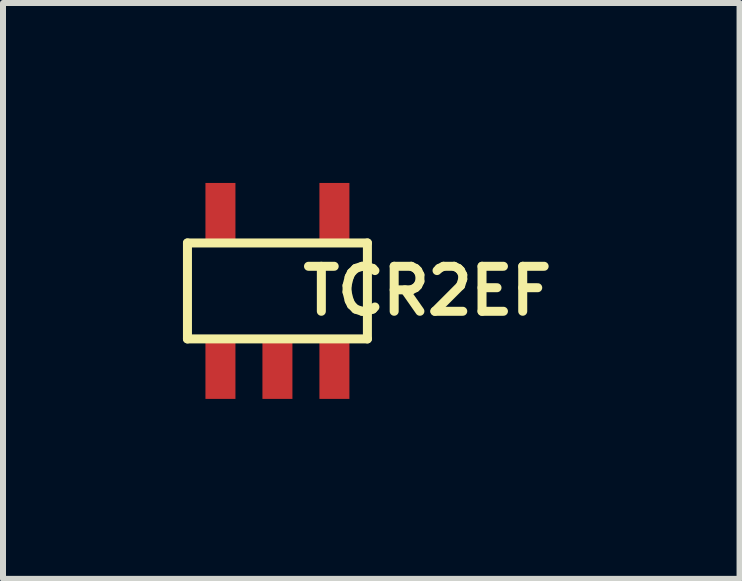
<source format=kicad_pcb>
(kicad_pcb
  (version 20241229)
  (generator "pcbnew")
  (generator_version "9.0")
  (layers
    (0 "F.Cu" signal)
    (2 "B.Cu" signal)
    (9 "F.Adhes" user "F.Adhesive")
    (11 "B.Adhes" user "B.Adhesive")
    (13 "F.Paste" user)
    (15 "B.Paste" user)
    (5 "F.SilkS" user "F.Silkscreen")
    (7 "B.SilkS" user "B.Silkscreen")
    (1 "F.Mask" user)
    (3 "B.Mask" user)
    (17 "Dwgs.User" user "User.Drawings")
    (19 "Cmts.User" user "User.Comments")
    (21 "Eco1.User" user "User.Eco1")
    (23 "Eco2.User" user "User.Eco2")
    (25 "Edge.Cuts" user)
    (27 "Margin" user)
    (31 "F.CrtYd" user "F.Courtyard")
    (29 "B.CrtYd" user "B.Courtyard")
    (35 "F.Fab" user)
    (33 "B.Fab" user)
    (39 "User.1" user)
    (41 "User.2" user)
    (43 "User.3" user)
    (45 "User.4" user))
  (footprint "TCR2EF"
    (layer "F.Cu")
    (at 1.575 1.8)
    (property "Reference" "TCR2EF" (at 2.5 0 0) (layer "F.SilkS") (effects (font (size 0.75 0.75) (thickness 0.15))))
    (attr through_hole)
    (fp_line (start -1.5 -0.8) (end -1.5 0.8) (stroke (width 0.15) (type solid)) (layer "F.SilkS"))
    (fp_line (start -1.5 0.8) (end 1.5 0.8) (stroke (width 0.15) (type solid)) (layer "F.SilkS"))
    (fp_line (start 1.5 -0.8) (end -1.5 -0.8) (stroke (width 0.15) (type solid)) (layer "F.SilkS"))
    (fp_line (start 1.5 0.8) (end 1.5 -0.8) (stroke (width 0.15) (type solid)) (layer "F.SilkS"))
    (pad "1" smd rect (at -0.95 1.3) (size 0.5 1) (layers "F.Cu" "F.Mask" "F.Paste"))
    (pad "2" smd rect (at 0 1.3) (size 0.5 1) (layers "F.Cu" "F.Mask" "F.Paste"))
    (pad "3" smd rect (at 0.95 1.3) (size 0.5 1) (layers "F.Cu" "F.Mask" "F.Paste"))
    (pad "4" smd rect (at 0.95 -1.3) (size 0.5 1) (layers "F.Cu" "F.Mask" "F.Paste"))
    (pad "5" smd rect (at -0.95 -1.3) (size 0.5 1) (layers "F.Cu" "F.Mask" "F.Paste")))
  (gr_rect
    (start -3 -3)
    (end 9.279 6.6)
    (stroke (width 0.1) (type default))
    (fill no)
    (layer "Edge.Cuts")))
</source>
